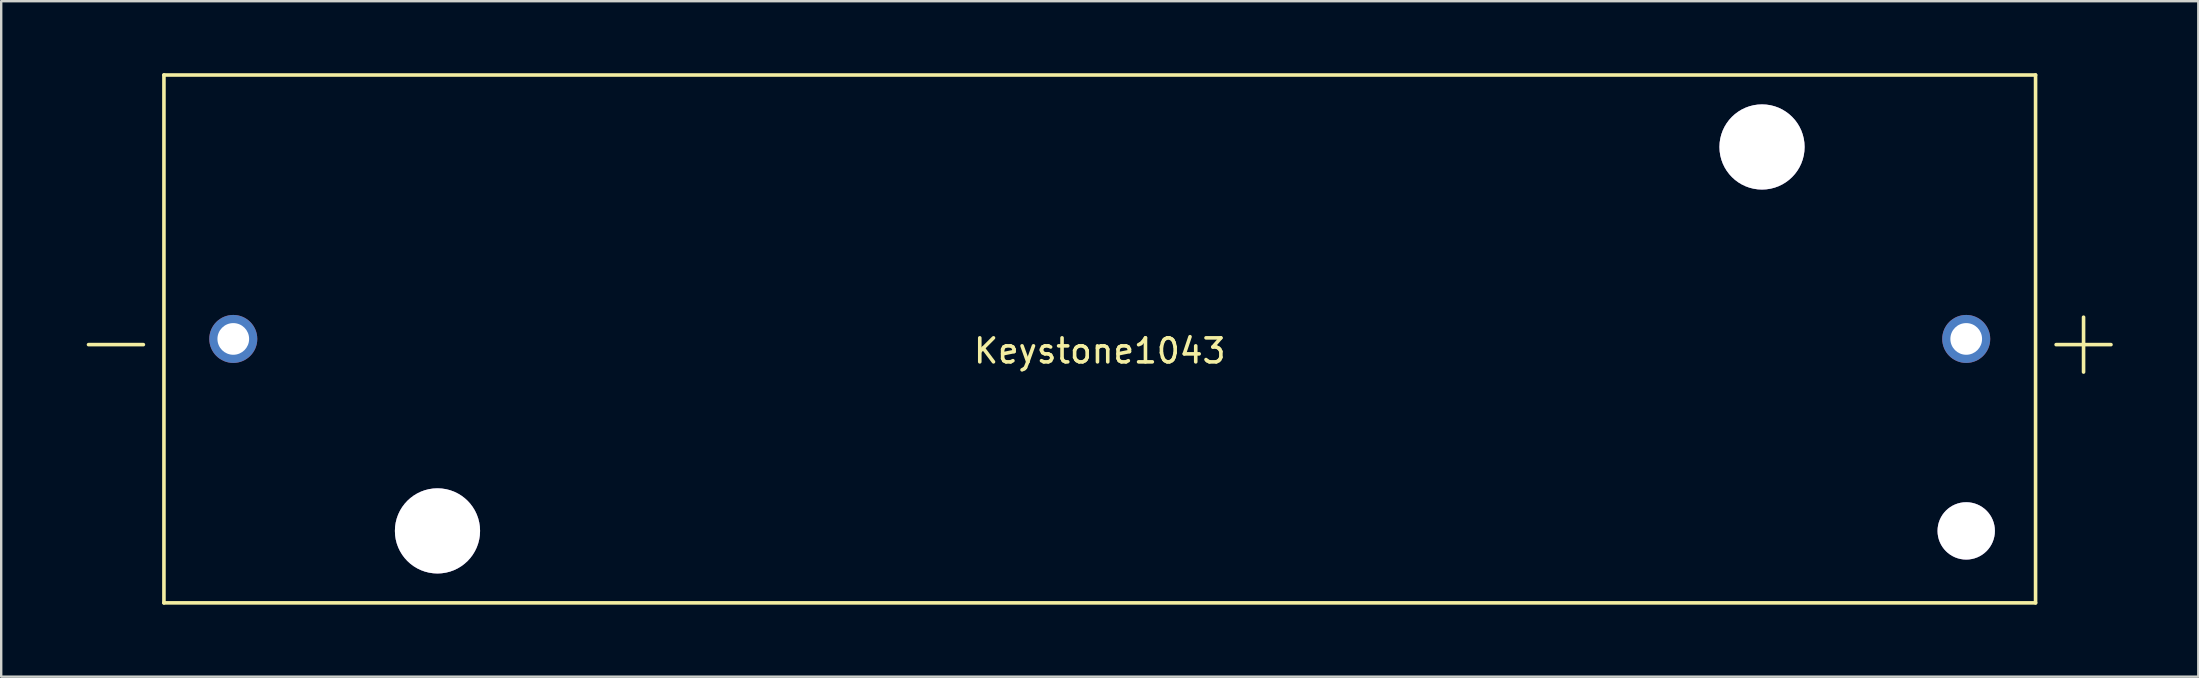
<source format=kicad_pcb>
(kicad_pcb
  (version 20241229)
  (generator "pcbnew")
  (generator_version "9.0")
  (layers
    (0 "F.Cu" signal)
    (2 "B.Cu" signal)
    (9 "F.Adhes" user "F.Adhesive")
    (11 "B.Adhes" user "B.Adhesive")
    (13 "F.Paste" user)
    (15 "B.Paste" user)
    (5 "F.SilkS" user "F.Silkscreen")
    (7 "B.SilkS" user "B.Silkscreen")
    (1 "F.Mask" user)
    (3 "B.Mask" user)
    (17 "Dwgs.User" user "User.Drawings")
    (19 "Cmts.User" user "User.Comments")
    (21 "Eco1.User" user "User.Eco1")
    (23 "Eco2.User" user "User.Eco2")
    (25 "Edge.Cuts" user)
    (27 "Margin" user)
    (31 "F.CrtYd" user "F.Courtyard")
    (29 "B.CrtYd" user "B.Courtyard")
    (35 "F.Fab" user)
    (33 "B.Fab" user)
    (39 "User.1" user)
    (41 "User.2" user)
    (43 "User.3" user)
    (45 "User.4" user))
  (footprint "Keystone1043"
    (layer "F.Cu")
    (at 42.782 11.075)
    (property "Reference" "Keystone1043" (at 0 0.5 0) (layer "F.SilkS") (effects (font (size 1 1) (thickness 0.15))))
    (attr through_hole)
    (fp_line (start -39 -11) (end 39 -11) (stroke (width 0.15) (type solid)) (layer "F.SilkS"))
    (fp_line (start -39 11) (end -39 -11) (stroke (width 0.15) (type solid)) (layer "F.SilkS"))
    (fp_line (start 39 -11) (end 39 11) (stroke (width 0.15) (type solid)) (layer "F.SilkS"))
    (fp_line (start 39 11) (end -39 11) (stroke (width 0.15) (type solid)) (layer "F.SilkS"))
    (fp_text user "+" (at 41 0 0) (layer "F.SilkS") (effects (font (size 3 3) (thickness 0.15))))
    (fp_text user "-" (at -41 0 0) (layer "F.SilkS") (effects (font (size 3 3) (thickness 0.15))))
    (pad "1" thru_hole circle (at 36.11 0) (size 2 2) (drill 1.32) (layers "*.Cu" "*.Mask"))
    (pad "2" thru_hole circle (at -36.11 0) (size 2 2) (drill 1.32) (layers "*.Cu" "*.Mask"))
    (pad "3" thru_hole circle (at -27.6 8) (size 3.55 3.55) (drill 3.55) (layers "*.Cu" "*.Mask"))
    (pad "4" thru_hole circle (at 27.6 -8) (size 3.55 3.55) (drill 3.55) (layers "*.Cu" "*.Mask"))
    (pad "5" thru_hole circle (at 36.11 8) (size 2.39 2.39) (drill 2.39) (layers "*.Cu" "*.Mask")))
  (gr_rect
    (start -3 -3)
    (end 88.564 25.15)
    (stroke (width 0.1) (type default))
    (fill no)
    (layer "Edge.Cuts")))
</source>
